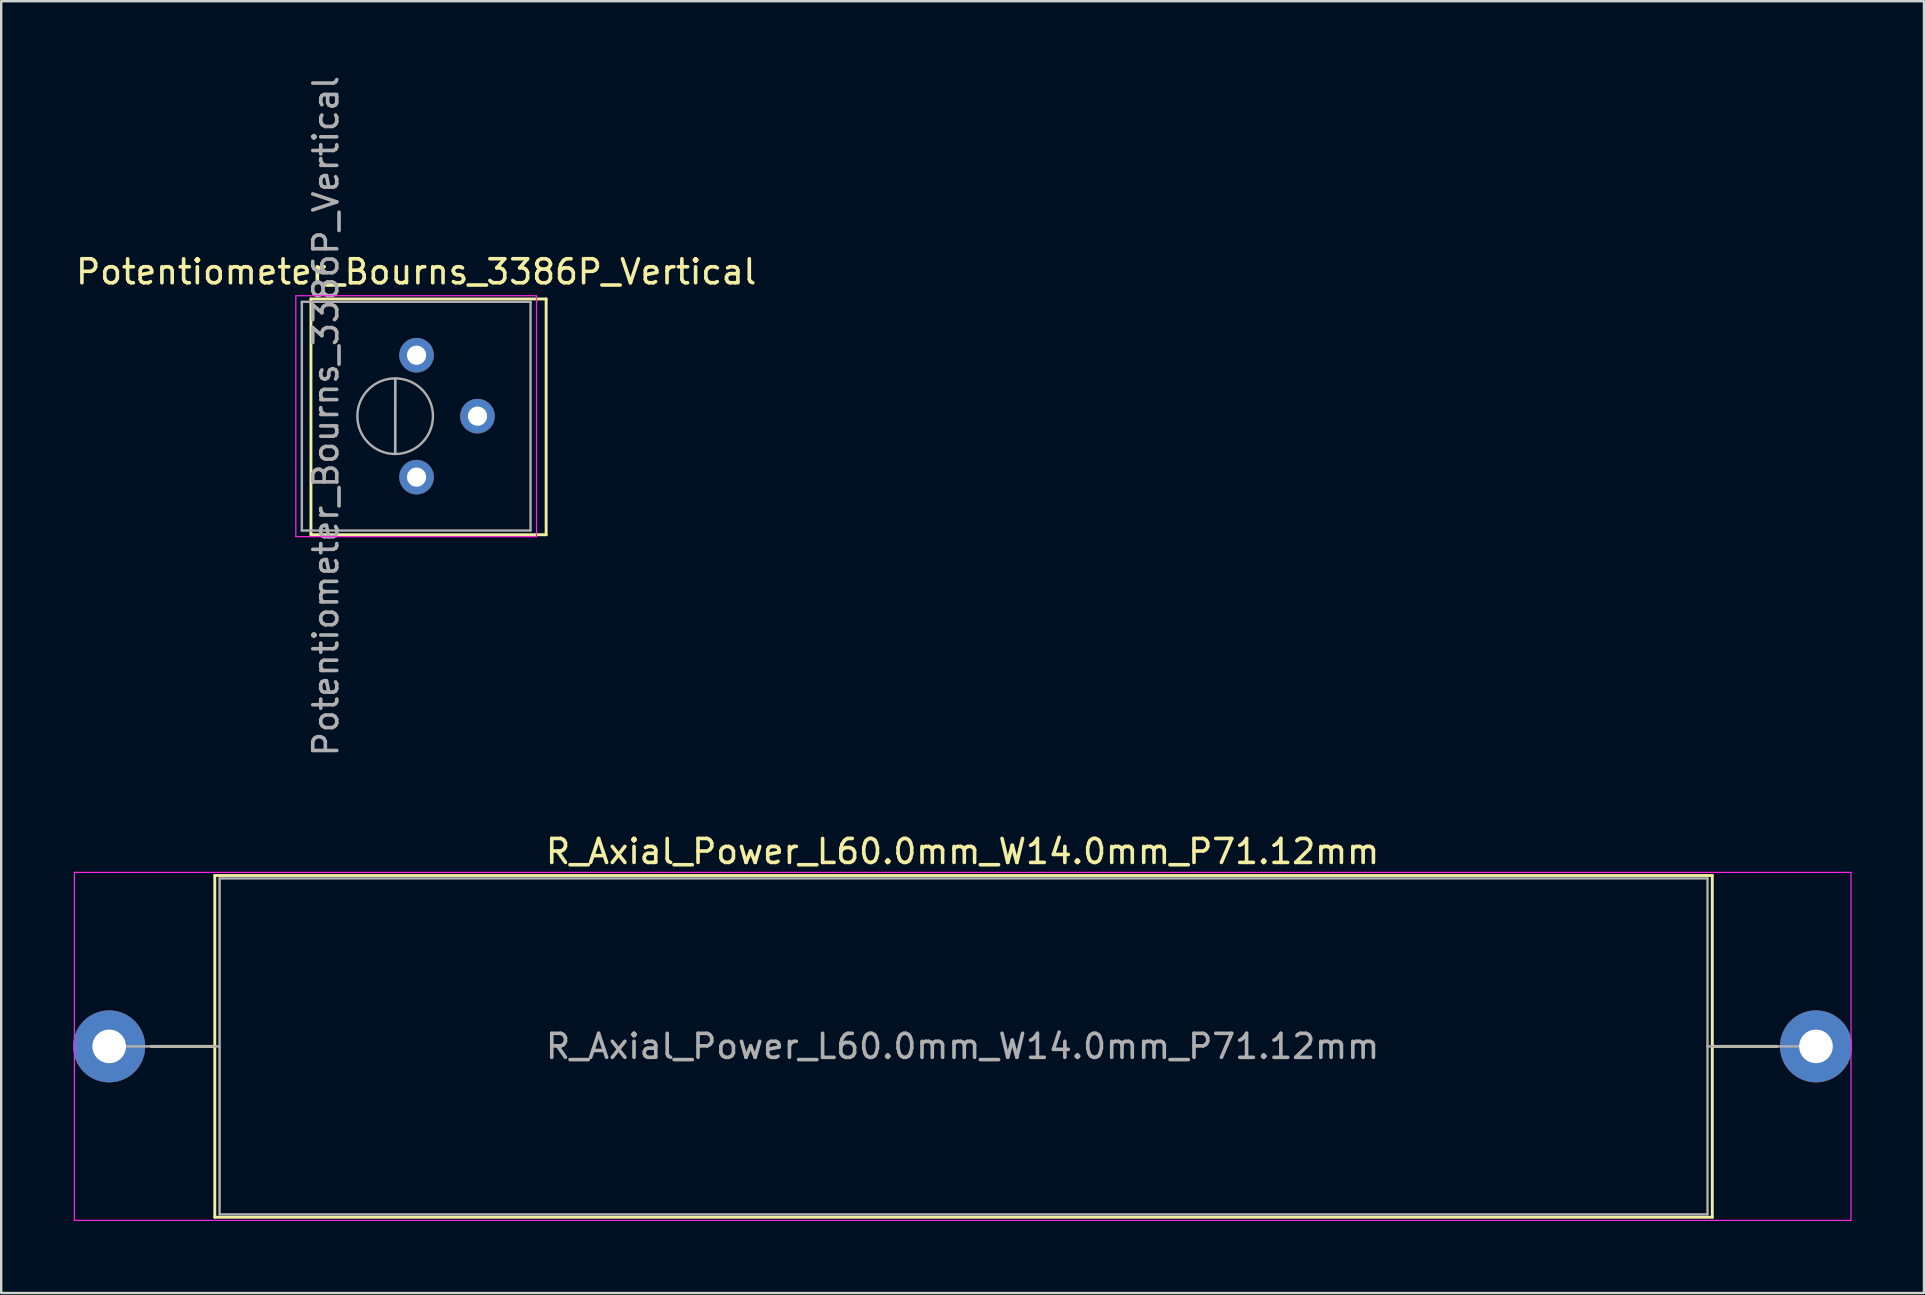
<source format=kicad_pcb>
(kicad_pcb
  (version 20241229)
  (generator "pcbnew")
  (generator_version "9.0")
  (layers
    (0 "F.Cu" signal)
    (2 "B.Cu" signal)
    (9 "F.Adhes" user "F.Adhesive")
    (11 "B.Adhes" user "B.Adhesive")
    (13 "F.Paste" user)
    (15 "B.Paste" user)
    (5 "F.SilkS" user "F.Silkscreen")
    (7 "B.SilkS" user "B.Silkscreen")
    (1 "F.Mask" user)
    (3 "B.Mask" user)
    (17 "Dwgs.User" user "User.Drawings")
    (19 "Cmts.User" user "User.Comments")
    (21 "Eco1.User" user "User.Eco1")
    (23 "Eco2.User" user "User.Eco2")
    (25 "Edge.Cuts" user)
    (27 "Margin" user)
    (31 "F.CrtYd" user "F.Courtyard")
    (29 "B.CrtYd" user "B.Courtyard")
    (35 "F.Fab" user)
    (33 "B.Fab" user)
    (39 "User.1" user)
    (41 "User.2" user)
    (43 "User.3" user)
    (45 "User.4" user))
  (footprint "Potentiometer_Bourns_3386P_Vertical"
    (layer "F.Cu")
    (at 14.307 16.832)
    (property "Reference" "Potentiometer_Bourns_3386P_Vertical" (at -0.015 -8.555 0) (layer "F.SilkS") (effects (font (size 1 1) (thickness 0.15))))
    (attr through_hole)
    (fp_line (start -4.4 -7.425) (end -4.4 2.4) (stroke (width 0.12) (type solid)) (layer "F.SilkS"))
    (fp_line (start -4.4 -7.425) (end 5.4 -7.425) (stroke (width 0.12) (type solid)) (layer "F.SilkS"))
    (fp_line (start -4.4 2.4) (end 5.4 2.4) (stroke (width 0.12) (type solid)) (layer "F.SilkS"))
    (fp_line (start 5.4 -7.425) (end 5.4 2.4) (stroke (width 0.12) (type solid)) (layer "F.SilkS"))
    (fp_line (start -5.03 -7.56) (end -5.03 2.48) (stroke (width 0.05) (type solid)) (layer "F.CrtYd"))
    (fp_line (start -5.03 2.48) (end 5 2.48) (stroke (width 0.05) (type solid)) (layer "F.CrtYd"))
    (fp_line (start 5 -7.56) (end -5.03 -7.56) (stroke (width 0.05) (type solid)) (layer "F.CrtYd"))
    (fp_line (start 5 2.48) (end 5 -7.56) (stroke (width 0.05) (type solid)) (layer "F.CrtYd"))
    (fp_line (start -4.78 -7.305) (end -4.78 2.225) (stroke (width 0.1) (type solid)) (layer "F.Fab"))
    (fp_line (start -4.78 2.225) (end 4.75 2.225) (stroke (width 0.1) (type solid)) (layer "F.Fab"))
    (fp_line (start -0.891 -0.98) (end -0.89 -4.099) (stroke (width 0.1) (type solid)) (layer "F.Fab"))
    (fp_line (start -0.891 -0.98) (end -0.89 -4.099) (stroke (width 0.1) (type solid)) (layer "F.Fab"))
    (fp_line (start 4.75 -7.305) (end -4.78 -7.305) (stroke (width 0.1) (type solid)) (layer "F.Fab"))
    (fp_line (start 4.75 2.225) (end 4.75 -7.305) (stroke (width 0.1) (type solid)) (layer "F.Fab"))
    (fp_circle (center -0.891 -2.54) (end 0.684 -2.54) (stroke (width 0.1) (type solid)) (fill no) (layer "F.Fab"))
    (fp_text user "${REFERENCE}" (at -3.78 -2.54 90) (layer "F.Fab") (effects (font (size 1 1) (thickness 0.15))))
    (pad "1" thru_hole circle (at 0 0) (size 1.44 1.44) (drill 0.8) (layers "*.Cu" "*.Mask"))
    (pad "2" thru_hole circle (at 2.54 -2.54) (size 1.44 1.44) (drill 0.8) (layers "*.Cu" "*.Mask"))
    (pad "3" thru_hole circle (at 0 -5.08) (size 1.44 1.44) (drill 0.8) (layers "*.Cu" "*.Mask")))
  (footprint "R_Axial_Power_L60.0mm_W14.0mm_P71.12mm"
    (layer "F.Cu")
    (at 1.5 40.552)
    (property "Reference" "R_Axial_Power_L60.0mm_W14.0mm_P71.12mm" (at 35.56 -8.12 0) (layer "F.SilkS") (effects (font (size 1 1) (thickness 0.15))))
    (attr through_hole)
    (fp_line (start 1.75 0) (end 4.4 0) (stroke (width 0.12) (type solid)) (layer "F.SilkS"))
    (fp_line (start 4.4 -7.12) (end 4.4 7.12) (stroke (width 0.12) (type solid)) (layer "F.SilkS"))
    (fp_line (start 4.4 7.12) (end 66.8 7.12) (stroke (width 0.12) (type solid)) (layer "F.SilkS"))
    (fp_line (start 66.8 -7.12) (end 4.4 -7.12) (stroke (width 0.12) (type solid)) (layer "F.SilkS"))
    (fp_line (start 66.8 7.12) (end 66.8 -7.12) (stroke (width 0.12) (type solid)) (layer "F.SilkS"))
    (fp_line (start 69.5 0) (end 66.8 0) (stroke (width 0.12) (type solid)) (layer "F.SilkS"))
    (fp_line (start -1.45 -7.25) (end -1.45 7.25) (stroke (width 0.05) (type solid)) (layer "F.CrtYd"))
    (fp_line (start -1.45 7.25) (end 72.58 7.25) (stroke (width 0.05) (type solid)) (layer "F.CrtYd"))
    (fp_line (start 72.58 -7.25) (end -1.45 -7.25) (stroke (width 0.05) (type solid)) (layer "F.CrtYd"))
    (fp_line (start 72.58 7.25) (end 72.58 -7.25) (stroke (width 0.05) (type solid)) (layer "F.CrtYd"))
    (fp_line (start 0 0) (end 4.6 0) (stroke (width 0.1) (type solid)) (layer "F.Fab"))
    (fp_line (start 4.6 -7) (end 4.6 7) (stroke (width 0.1) (type solid)) (layer "F.Fab"))
    (fp_line (start 4.6 7) (end 66.6 7) (stroke (width 0.1) (type solid)) (layer "F.Fab"))
    (fp_line (start 66.6 -7) (end 4.6 -7) (stroke (width 0.1) (type solid)) (layer "F.Fab"))
    (fp_line (start 66.6 7) (end 66.6 -7) (stroke (width 0.1) (type solid)) (layer "F.Fab"))
    (fp_line (start 71.12 0) (end 66.6 0) (stroke (width 0.1) (type solid)) (layer "F.Fab"))
    (fp_text user "${REFERENCE}" (at 35.56 0 0) (layer "F.Fab") (effects (font (size 1 1) (thickness 0.15))))
    (pad "1" thru_hole circle (at 0 0) (size 3 3) (drill 1.4) (layers "*.Cu" "*.Mask"))
    (pad "2" thru_hole circle (at 71.12 0) (size 3 3) (drill 1.4) (layers "*.Cu" "*.Mask"))
    (zone (net_name "") (layer "F.Cu") (hatch edge 0.508) (connect_pads) (min_thickness 0.254) (filled_areas_thickness no) (keepout (tracks allowed) (vias allowed) (pads allowed) (copperpour not_allowed) (footprints allowed)) (placement (enabled no)) (fill) (polygon (pts (xy 68.2 47.802) (xy 5.8 47.802) (xy 5.8 33.302) (xy 68.2 33.302)))))
  (gr_rect
    (start -3 -3)
    (end 77.12 50.827)
    (stroke (width 0.1) (type default))
    (fill no)
    (layer "Edge.Cuts")))
</source>
